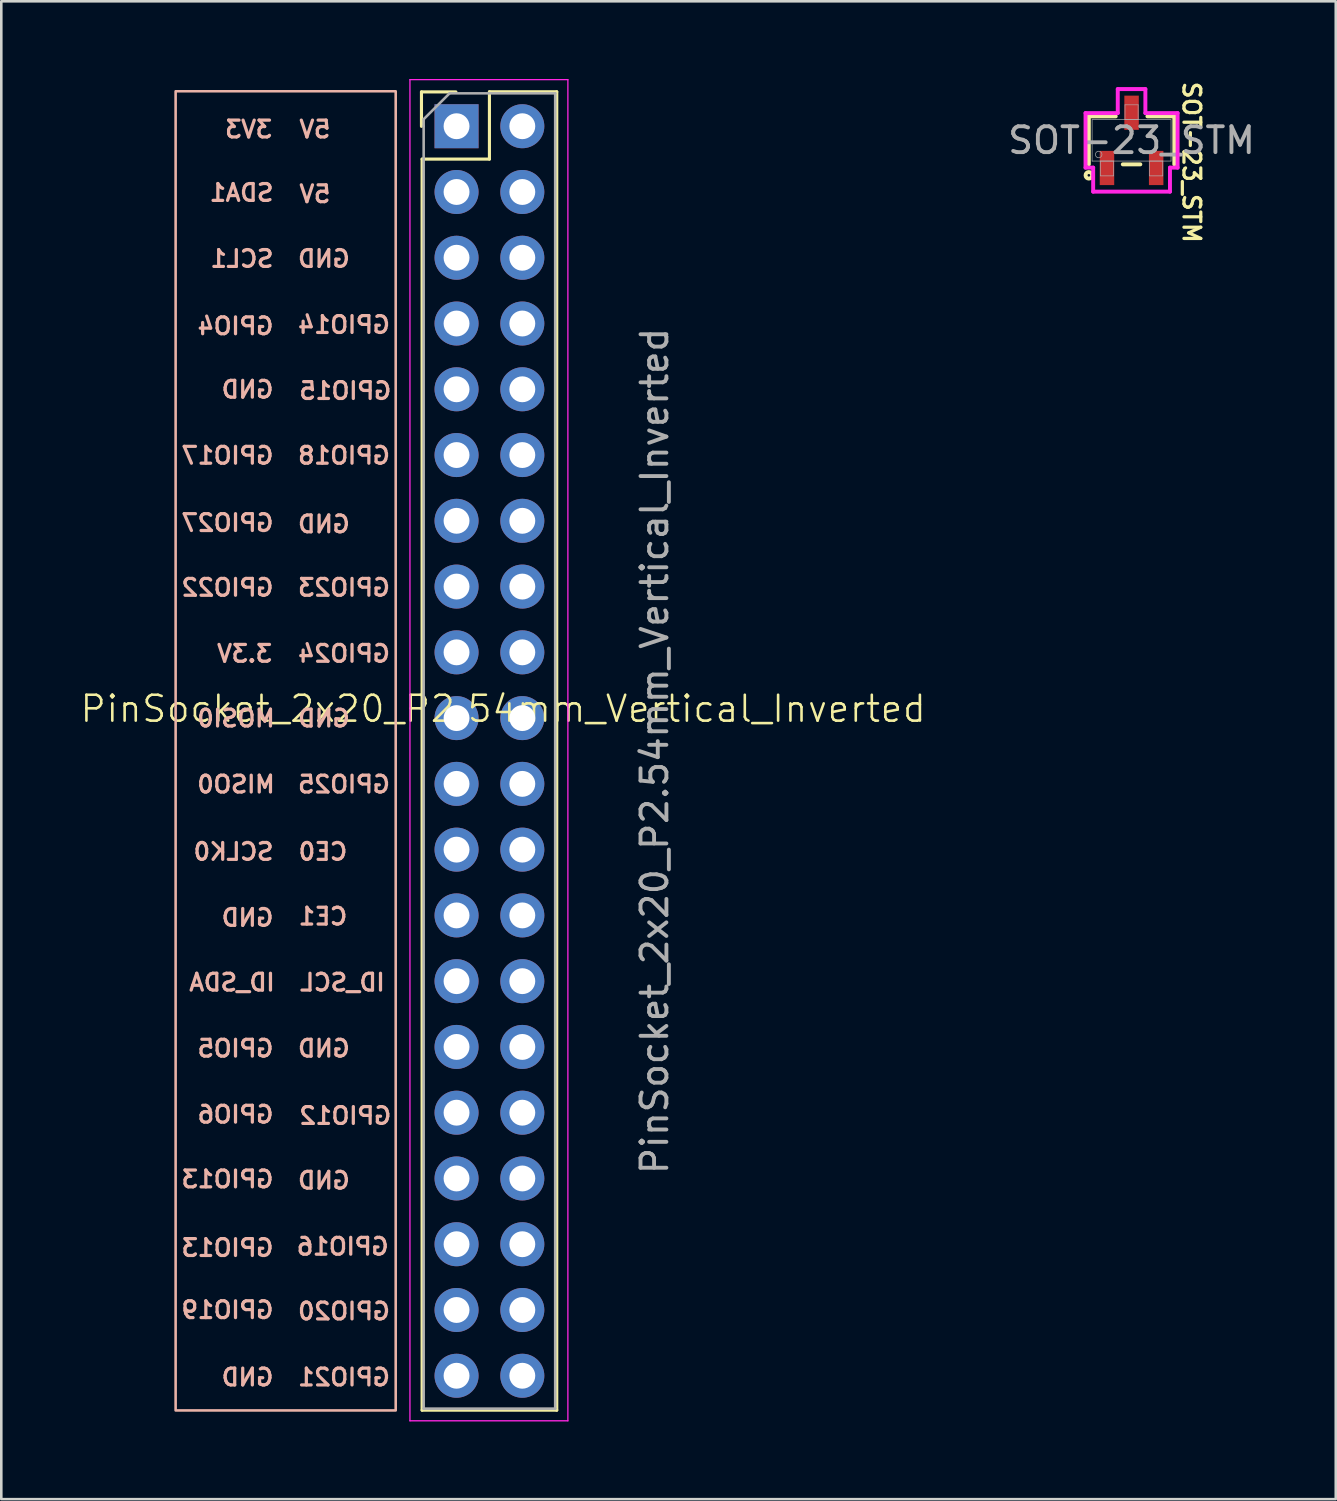
<source format=kicad_pcb>
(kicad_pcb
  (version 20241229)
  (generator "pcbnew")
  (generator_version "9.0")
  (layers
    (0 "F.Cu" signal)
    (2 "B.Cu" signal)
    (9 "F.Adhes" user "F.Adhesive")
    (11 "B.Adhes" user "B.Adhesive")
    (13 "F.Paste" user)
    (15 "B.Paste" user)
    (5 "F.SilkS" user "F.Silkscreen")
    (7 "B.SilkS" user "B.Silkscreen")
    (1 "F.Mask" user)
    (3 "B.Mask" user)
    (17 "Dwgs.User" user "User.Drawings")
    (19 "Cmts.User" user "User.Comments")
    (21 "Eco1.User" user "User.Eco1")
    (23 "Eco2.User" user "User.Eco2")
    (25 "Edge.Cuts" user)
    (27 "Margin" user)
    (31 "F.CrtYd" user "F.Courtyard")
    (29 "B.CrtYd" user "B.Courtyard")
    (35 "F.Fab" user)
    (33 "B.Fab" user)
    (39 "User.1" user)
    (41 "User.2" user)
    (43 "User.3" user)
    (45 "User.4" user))
  (footprint "PinSocket_2x20_P2.54mm_Vertical_Inverted"
    (layer "F.Cu")
    (at 16.383 24.825)
    (property "Reference" "PinSocket_2x20_P2.54mm_Vertical_Inverted" (at 0 -0.5 0) (unlocked yes) (layer "F.SilkS") (effects (font (size 1 1) (thickness 0.1))))
    (attr through_hole)
    (fp_line (start -3.155 -24.325) (end -1.825 -24.325) (stroke (width 0.12) (type solid)) (layer "F.SilkS"))
    (fp_line (start -3.155 -22.995) (end -3.155 -24.325) (stroke (width 0.12) (type solid)) (layer "F.SilkS"))
    (fp_line (start -3.13 -21.73) (end -3.13 26.59) (stroke (width 0.12) (type solid)) (layer "F.SilkS"))
    (fp_line (start -3.13 -21.73) (end -0.53 -21.73) (stroke (width 0.12) (type solid)) (layer "F.SilkS"))
    (fp_line (start -3.13 26.59) (end 2.07 26.59) (stroke (width 0.12) (type solid)) (layer "F.SilkS"))
    (fp_line (start -0.53 -24.33) (end -0.53 -21.73) (stroke (width 0.12) (type solid)) (layer "F.SilkS"))
    (fp_line (start -0.53 -24.33) (end 2.07 -24.33) (stroke (width 0.12) (type solid)) (layer "F.SilkS"))
    (fp_line (start 2.07 -24.33) (end 2.07 26.59) (stroke (width 0.12) (type solid)) (layer "F.SilkS"))
    (fp_rect (start -12.65 -24.35) (end -4.15 26.6) (stroke (width 0.1) (type default)) (fill no) (layer "B.SilkS"))
    (fp_line (start -3.6 -24.8) (end 2.5 -24.8) (stroke (width 0.05) (type solid)) (layer "F.CrtYd"))
    (fp_line (start -3.6 27) (end -3.6 -24.8) (stroke (width 0.05) (type solid)) (layer "F.CrtYd"))
    (fp_line (start 2.5 -24.8) (end 2.5 27) (stroke (width 0.05) (type solid)) (layer "F.CrtYd"))
    (fp_line (start 2.5 27) (end -3.6 27) (stroke (width 0.05) (type solid)) (layer "F.CrtYd"))
    (fp_line (start -3.07 -23.27) (end -2.07 -24.27) (stroke (width 0.1) (type solid)) (layer "F.Fab"))
    (fp_line (start -3.07 -23) (end -3.07 -23.27) (stroke (width 0.1) (type default)) (layer "F.Fab"))
    (fp_line (start -3.07 -23) (end -3.07 26.53) (stroke (width 0.1) (type solid)) (layer "F.Fab"))
    (fp_line (start -2.07 -24.27) (end 2.01 -24.27) (stroke (width 0.1) (type solid)) (layer "F.Fab"))
    (fp_line (start 2.01 26.53) (end -3.07 26.53) (stroke (width 0.1) (type solid)) (layer "F.Fab"))
    (fp_line (start 2.01 26.53) (end 2.01 -24.27) (stroke (width 0.1) (type solid)) (layer "F.Fab"))
    (fp_text user "GPIO19" (at -8.8 23.1 0) (unlocked yes) (layer "B.SilkS") (effects (font (size 0.65 0.65) (thickness 0.125)) (justify left bottom mirror)))
    (fp_text user "SDA1" (at -8.8 -20.05 0) (unlocked yes) (layer "B.SilkS") (effects (font (size 0.65 0.65) (thickness 0.125)) (justify left bottom mirror)))
    (fp_text user "GND" (at -5.85 -17.5 0) (unlocked yes) (layer "B.SilkS") (effects (font (size 0.65 0.65) (thickness 0.125)) (justify left bottom mirror)))
    (fp_text user "GND" (at -5.85 13 0) (unlocked yes) (layer "B.SilkS") (effects (font (size 0.65 0.65) (thickness 0.125)) (justify left bottom mirror)))
    (fp_text user "GND" (at -8.8 7.95 0) (unlocked yes) (layer "B.SilkS") (effects (font (size 0.65 0.65) (thickness 0.125)) (justify left bottom mirror)))
    (fp_text user "GPIO23" (at -4.3 -4.8 0) (unlocked yes) (layer "B.SilkS") (effects (font (size 0.65 0.65) (thickness 0.125)) (justify left bottom mirror)))
    (fp_text user "GPIO22" (at -8.8 -4.8 0) (unlocked yes) (layer "B.SilkS") (effects (font (size 0.65 0.65) (thickness 0.125)) (justify left bottom mirror)))
    (fp_text user "GPIO20" (at -4.3 23.15 0) (unlocked yes) (layer "B.SilkS") (effects (font (size 0.65 0.65) (thickness 0.125)) (justify left bottom mirror)))
    (fp_text user "ID_SDA" (at -8.75 10.45 0) (unlocked yes) (layer "B.SilkS") (effects (font (size 0.65 0.65) (thickness 0.125)) (justify left bottom mirror)))
    (fp_text user "GND" (at -8.8 -12.45 0) (unlocked yes) (layer "B.SilkS") (effects (font (size 0.65 0.65) (thickness 0.125)) (justify left bottom mirror)))
    (fp_text user "GND" (at -5.85 0.25 0) (unlocked yes) (layer "B.SilkS") (effects (font (size 0.65 0.65) (thickness 0.125)) (justify left bottom mirror)))
    (fp_text user "GPIO21" (at -4.3 25.7 0) (unlocked yes) (layer "B.SilkS") (effects (font (size 0.65 0.65) (thickness 0.125)) (justify left bottom mirror)))
    (fp_text user "GPIO25" (at -4.3 2.8 0) (unlocked yes) (layer "B.SilkS") (effects (font (size 0.65 0.65) (thickness 0.125)) (justify left bottom mirror)))
    (fp_text user "GPIO15" (at -4.25 -12.4 0) (unlocked yes) (layer "B.SilkS") (effects (font (size 0.65 0.65) (thickness 0.125)) (justify left bottom mirror)))
    (fp_text user "GPIO13" (at -8.8 20.7 0) (unlocked yes) (layer "B.SilkS") (effects (font (size 0.65 0.65) (thickness 0.125)) (justify left bottom mirror)))
    (fp_text user "SCL1" (at -8.8 -17.5 0) (unlocked yes) (layer "B.SilkS") (effects (font (size 0.65 0.65) (thickness 0.125)) (justify left bottom mirror)))
    (fp_text user "CE0" (at -5.95 5.4 0) (unlocked yes) (layer "B.SilkS") (effects (font (size 0.65 0.65) (thickness 0.125)) (justify left bottom mirror)))
    (fp_text user "MISO0" (at -8.75 2.8 0) (unlocked yes) (layer "B.SilkS") (effects (font (size 0.65 0.65) (thickness 0.125)) (justify left bottom mirror)))
    (fp_text user "CE1" (at -5.95 7.9 0) (unlocked yes) (layer "B.SilkS") (effects (font (size 0.65 0.65) (thickness 0.125)) (justify left bottom mirror)))
    (fp_text user "3V3" (at -8.85 -22.5 0) (unlocked yes) (layer "B.SilkS") (effects (font (size 0.65 0.65) (thickness 0.125)) (justify left bottom mirror)))
    (fp_text user "GPIO12" (at -4.25 15.6 0) (unlocked yes) (layer "B.SilkS") (effects (font (size 0.65 0.65) (thickness 0.125)) (justify left bottom mirror)))
    (fp_text user "3.3V" (at -8.85 -2.25 0) (unlocked yes) (layer "B.SilkS") (effects (font (size 0.65 0.65) (thickness 0.125)) (justify left bottom mirror)))
    (fp_text user "SCLK0" (at -8.8 5.4 0) (unlocked yes) (layer "B.SilkS") (effects (font (size 0.65 0.65) (thickness 0.125)) (justify left bottom mirror)))
    (fp_text user "5V" (at -6.6 -20 0) (unlocked yes) (layer "B.SilkS") (effects (font (size 0.65 0.65) (thickness 0.125)) (justify left bottom mirror)))
    (fp_text user "MOSI0" (at -8.75 0.25 0) (unlocked yes) (layer "B.SilkS") (effects (font (size 0.65 0.65) (thickness 0.125)) (justify left bottom mirror)))
    (fp_text user "GPIO17" (at -8.8 -9.9 0) (unlocked yes) (layer "B.SilkS") (effects (font (size 0.65 0.65) (thickness 0.125)) (justify left bottom mirror)))
    (fp_text user "GPIO13" (at -8.8 18.05 0) (unlocked yes) (layer "B.SilkS") (effects (font (size 0.65 0.65) (thickness 0.125)) (justify left bottom mirror)))
    (fp_text user "GPIO16" (at -4.35 20.65 0) (unlocked yes) (layer "B.SilkS") (effects (font (size 0.65 0.65) (thickness 0.125)) (justify left bottom mirror)))
    (fp_text user "GPIO5" (at -8.8 13 0) (unlocked yes) (layer "B.SilkS") (effects (font (size 0.65 0.65) (thickness 0.125)) (justify left bottom mirror)))
    (fp_text user "5V" (at -6.6 -22.5 0) (unlocked yes) (layer "B.SilkS") (effects (font (size 0.65 0.65) (thickness 0.125)) (justify left bottom mirror)))
    (fp_text user "GPIO18" (at -4.3 -9.9 0) (unlocked yes) (layer "B.SilkS") (effects (font (size 0.65 0.65) (thickness 0.125)) (justify left bottom mirror)))
    (fp_text user "GPIO27" (at -8.8 -7.3 0) (unlocked yes) (layer "B.SilkS") (effects (font (size 0.65 0.65) (thickness 0.125)) (justify left bottom mirror)))
    (fp_text user "GND" (at -8.8 25.7 0) (unlocked yes) (layer "B.SilkS") (effects (font (size 0.65 0.65) (thickness 0.125)) (justify left bottom mirror)))
    (fp_text user "GPIO4" (at -8.8 -14.9 0) (unlocked yes) (layer "B.SilkS") (effects (font (size 0.65 0.65) (thickness 0.125)) (justify left bottom mirror)))
    (fp_text user "ID_SCL" (at -4.5 10.45 0) (unlocked yes) (layer "B.SilkS") (effects (font (size 0.65 0.65) (thickness 0.125)) (justify left bottom mirror)))
    (fp_text user "GPIO24" (at -4.3 -2.25 0) (unlocked yes) (layer "B.SilkS") (effects (font (size 0.65 0.65) (thickness 0.125)) (justify left bottom mirror)))
    (fp_text user "GND" (at -5.85 18.1 0) (unlocked yes) (layer "B.SilkS") (effects (font (size 0.65 0.65) (thickness 0.125)) (justify left bottom mirror)))
    (fp_text user "GPIO6" (at -8.8 15.55 0) (unlocked yes) (layer "B.SilkS") (effects (font (size 0.65 0.65) (thickness 0.125)) (justify left bottom mirror)))
    (fp_text user "GND" (at -5.85 -7.25 0) (unlocked yes) (layer "B.SilkS") (effects (font (size 0.65 0.65) (thickness 0.125)) (justify left bottom mirror)))
    (fp_text user "GPIO14" (at -4.3 -14.95 0) (unlocked yes) (layer "B.SilkS") (effects (font (size 0.65 0.65) (thickness 0.125)) (justify left bottom mirror)))
    (fp_text user "${REFERENCE}" (at 5.85 1.13 90) (layer "F.Fab") (effects (font (size 1 1) (thickness 0.15))))
    (pad "1" thru_hole rect (at -1.8 -23) (size 1.7 1.7) (drill 1) (layers "*.Cu" "*.Mask"))
    (pad "2" thru_hole circle (at 0.74 -23) (size 1.7 1.7) (drill 1) (layers "*.Cu" "*.Mask"))
    (pad "3" thru_hole circle (at -1.8 -20.46) (size 1.7 1.7) (drill 1) (layers "*.Cu" "*.Mask"))
    (pad "4" thru_hole circle (at 0.74 -20.46) (size 1.7 1.7) (drill 1) (layers "*.Cu" "*.Mask"))
    (pad "5" thru_hole circle (at -1.8 -17.92) (size 1.7 1.7) (drill 1) (layers "*.Cu" "*.Mask"))
    (pad "6" thru_hole circle (at 0.74 -17.92) (size 1.7 1.7) (drill 1) (layers "*.Cu" "*.Mask"))
    (pad "7" thru_hole circle (at -1.8 -15.38) (size 1.7 1.7) (drill 1) (layers "*.Cu" "*.Mask"))
    (pad "8" thru_hole circle (at 0.74 -15.38) (size 1.7 1.7) (drill 1) (layers "*.Cu" "*.Mask"))
    (pad "9" thru_hole circle (at -1.8 -12.84) (size 1.7 1.7) (drill 1) (layers "*.Cu" "*.Mask"))
    (pad "10" thru_hole circle (at 0.74 -12.84) (size 1.7 1.7) (drill 1) (layers "*.Cu" "*.Mask"))
    (pad "11" thru_hole circle (at -1.8 -10.3) (size 1.7 1.7) (drill 1) (layers "*.Cu" "*.Mask"))
    (pad "12" thru_hole circle (at 0.74 -10.3) (size 1.7 1.7) (drill 1) (layers "*.Cu" "*.Mask"))
    (pad "13" thru_hole circle (at -1.8 -7.76) (size 1.7 1.7) (drill 1) (layers "*.Cu" "*.Mask"))
    (pad "14" thru_hole circle (at 0.74 -7.76) (size 1.7 1.7) (drill 1) (layers "*.Cu" "*.Mask"))
    (pad "15" thru_hole circle (at -1.8 -5.22) (size 1.7 1.7) (drill 1) (layers "*.Cu" "*.Mask"))
    (pad "16" thru_hole circle (at 0.74 -5.22) (size 1.7 1.7) (drill 1) (layers "*.Cu" "*.Mask"))
    (pad "17" thru_hole circle (at -1.8 -2.68) (size 1.7 1.7) (drill 1) (layers "*.Cu" "*.Mask"))
    (pad "18" thru_hole circle (at 0.74 -2.68) (size 1.7 1.7) (drill 1) (layers "*.Cu" "*.Mask"))
    (pad "19" thru_hole circle (at -1.8 -0.14) (size 1.7 1.7) (drill 1) (layers "*.Cu" "*.Mask"))
    (pad "20" thru_hole circle (at 0.74 -0.14) (size 1.7 1.7) (drill 1) (layers "*.Cu" "*.Mask"))
    (pad "21" thru_hole circle (at -1.8 2.4) (size 1.7 1.7) (drill 1) (layers "*.Cu" "*.Mask"))
    (pad "22" thru_hole circle (at 0.74 2.4) (size 1.7 1.7) (drill 1) (layers "*.Cu" "*.Mask"))
    (pad "23" thru_hole circle (at -1.8 4.94) (size 1.7 1.7) (drill 1) (layers "*.Cu" "*.Mask"))
    (pad "24" thru_hole circle (at 0.74 4.94) (size 1.7 1.7) (drill 1) (layers "*.Cu" "*.Mask"))
    (pad "25" thru_hole circle (at -1.8 7.48) (size 1.7 1.7) (drill 1) (layers "*.Cu" "*.Mask"))
    (pad "26" thru_hole circle (at 0.74 7.48) (size 1.7 1.7) (drill 1) (layers "*.Cu" "*.Mask"))
    (pad "27" thru_hole circle (at -1.8 10.02) (size 1.7 1.7) (drill 1) (layers "*.Cu" "*.Mask"))
    (pad "28" thru_hole circle (at 0.74 10.02) (size 1.7 1.7) (drill 1) (layers "*.Cu" "*.Mask"))
    (pad "29" thru_hole circle (at -1.8 12.56) (size 1.7 1.7) (drill 1) (layers "*.Cu" "*.Mask"))
    (pad "30" thru_hole circle (at 0.74 12.56) (size 1.7 1.7) (drill 1) (layers "*.Cu" "*.Mask"))
    (pad "31" thru_hole circle (at -1.8 15.1) (size 1.7 1.7) (drill 1) (layers "*.Cu" "*.Mask"))
    (pad "32" thru_hole circle (at 0.74 15.1) (size 1.7 1.7) (drill 1) (layers "*.Cu" "*.Mask"))
    (pad "33" thru_hole circle (at -1.8 17.64) (size 1.7 1.7) (drill 1) (layers "*.Cu" "*.Mask"))
    (pad "34" thru_hole circle (at 0.74 17.64) (size 1.7 1.7) (drill 1) (layers "*.Cu" "*.Mask"))
    (pad "35" thru_hole circle (at -1.8 20.18) (size 1.7 1.7) (drill 1) (layers "*.Cu" "*.Mask"))
    (pad "36" thru_hole circle (at 0.74 20.18) (size 1.7 1.7) (drill 1) (layers "*.Cu" "*.Mask"))
    (pad "37" thru_hole circle (at -1.8 22.72) (size 1.7 1.7) (drill 1) (layers "*.Cu" "*.Mask"))
    (pad "38" thru_hole circle (at 0.74 22.72) (size 1.7 1.7) (drill 1) (layers "*.Cu" "*.Mask"))
    (pad "39" thru_hole circle (at -1.8 25.26) (size 1.7 1.7) (drill 1) (layers "*.Cu" "*.Mask"))
    (pad "40" thru_hole circle (at 0.74 25.26) (size 1.7 1.7) (drill 1) (layers "*.Cu" "*.Mask")))
  (footprint "SOT-23_STM"
    (layer "F.Cu")
    (at 40.654 2.371)
    (property "Reference" "SOT-23_STM" (at 2.317 0.847 270) (unlocked yes) (layer "F.SilkS") (effects (font (size 0.65 0.65) (thickness 0.125))))
    (attr smd)
    (fp_line (start -1.651 -0.927) (end -1.651 0.927) (stroke (width 0.152) (type solid)) (layer "F.SilkS"))
    (fp_line (start -0.612 -0.927) (end -1.651 -0.927) (stroke (width 0.152) (type solid)) (layer "F.SilkS"))
    (fp_line (start -0.338 0.927) (end 0.338 0.927) (stroke (width 0.152) (type solid)) (layer "F.SilkS"))
    (fp_line (start 1.651 -0.927) (end 0.612 -0.927) (stroke (width 0.152) (type solid)) (layer "F.SilkS"))
    (fp_line (start 1.651 0.927) (end 1.651 -0.927) (stroke (width 0.152) (type solid)) (layer "F.SilkS"))
    (fp_circle (center -1.65 1.35) (end -1.523 1.35) (stroke (width 0.152) (type solid)) (fill no) (layer "F.SilkS"))
    (fp_line (start -1.778 -1.054) (end -0.533 -1.054) (stroke (width 0.152) (type solid)) (layer "F.CrtYd"))
    (fp_line (start -1.778 1.054) (end -1.778 -1.054) (stroke (width 0.152) (type solid)) (layer "F.CrtYd"))
    (fp_line (start -1.778 1.054) (end -1.483 1.054) (stroke (width 0.152) (type solid)) (layer "F.CrtYd"))
    (fp_line (start -1.483 1.054) (end -1.483 1.981) (stroke (width 0.152) (type solid)) (layer "F.CrtYd"))
    (fp_line (start -1.483 1.981) (end 1.483 1.981) (stroke (width 0.152) (type solid)) (layer "F.CrtYd"))
    (fp_line (start -0.533 -1.981) (end 0.533 -1.981) (stroke (width 0.152) (type solid)) (layer "F.CrtYd"))
    (fp_line (start -0.533 -1.054) (end -0.533 -1.981) (stroke (width 0.152) (type solid)) (layer "F.CrtYd"))
    (fp_line (start 0.533 -1.054) (end 0.533 -1.981) (stroke (width 0.152) (type solid)) (layer "F.CrtYd"))
    (fp_line (start 1.483 1.054) (end 1.483 1.981) (stroke (width 0.152) (type solid)) (layer "F.CrtYd"))
    (fp_line (start 1.778 -1.054) (end 0.533 -1.054) (stroke (width 0.152) (type solid)) (layer "F.CrtYd"))
    (fp_line (start 1.778 -1.054) (end 1.778 1.054) (stroke (width 0.152) (type solid)) (layer "F.CrtYd"))
    (fp_line (start 1.778 1.054) (end 1.483 1.054) (stroke (width 0.152) (type solid)) (layer "F.CrtYd"))
    (fp_line (start -1.524 -0.8) (end -1.524 0.8) (stroke (width 0.025) (type solid)) (layer "F.Fab"))
    (fp_line (start -1.524 0.8) (end 1.524 0.8) (stroke (width 0.025) (type solid)) (layer "F.Fab"))
    (fp_line (start -1.204 0.8) (end -1.204 1.372) (stroke (width 0.025) (type solid)) (layer "F.Fab"))
    (fp_line (start -1.204 1.372) (end -0.696 1.372) (stroke (width 0.025) (type solid)) (layer "F.Fab"))
    (fp_line (start -0.696 0.8) (end -1.204 0.8) (stroke (width 0.025) (type solid)) (layer "F.Fab"))
    (fp_line (start -0.696 1.372) (end -0.696 0.8) (stroke (width 0.025) (type solid)) (layer "F.Fab"))
    (fp_line (start -0.254 -1.372) (end -0.254 -0.8) (stroke (width 0.025) (type solid)) (layer "F.Fab"))
    (fp_line (start -0.254 -0.8) (end 0.254 -0.8) (stroke (width 0.025) (type solid)) (layer "F.Fab"))
    (fp_line (start 0.254 -1.372) (end -0.254 -1.372) (stroke (width 0.025) (type solid)) (layer "F.Fab"))
    (fp_line (start 0.254 -0.8) (end 0.254 -1.372) (stroke (width 0.025) (type solid)) (layer "F.Fab"))
    (fp_line (start 0.696 0.8) (end 0.696 1.372) (stroke (width 0.025) (type solid)) (layer "F.Fab"))
    (fp_line (start 0.696 1.372) (end 1.204 1.372) (stroke (width 0.025) (type solid)) (layer "F.Fab"))
    (fp_line (start 1.204 0.8) (end 0.696 0.8) (stroke (width 0.025) (type solid)) (layer "F.Fab"))
    (fp_line (start 1.204 1.372) (end 1.204 0.8) (stroke (width 0.025) (type solid)) (layer "F.Fab"))
    (fp_line (start 1.524 -0.8) (end -1.524 -0.8) (stroke (width 0.025) (type solid)) (layer "F.Fab"))
    (fp_line (start 1.524 0.8) (end 1.524 -0.8) (stroke (width 0.025) (type solid)) (layer "F.Fab"))
    (fp_circle (center -1.27 0.546) (end -1.143 0.546) (stroke (width 0.025) (type solid)) (fill no) (layer "F.Fab"))
    (fp_text user "${REFERENCE}" (at 0 0 0) (unlocked yes) (layer "F.Fab") (effects (font (size 1 1) (thickness 0.15))))
    (pad "1" smd rect (at -0.95 1.067) (size 0.559 1.321) (layers "F.Cu" "F.Mask" "F.Paste"))
    (pad "2" smd rect (at 0.95 1.067) (size 0.559 1.321) (layers "F.Cu" "F.Mask" "F.Paste"))
    (pad "3" smd rect (at 0 -1.067) (size 0.559 1.321) (layers "F.Cu" "F.Mask" "F.Paste")))
  (gr_rect
    (start -3 -3)
    (end 48.54 54.85)
    (stroke (width 0.1) (type default))
    (fill no)
    (layer "Edge.Cuts")))
</source>
